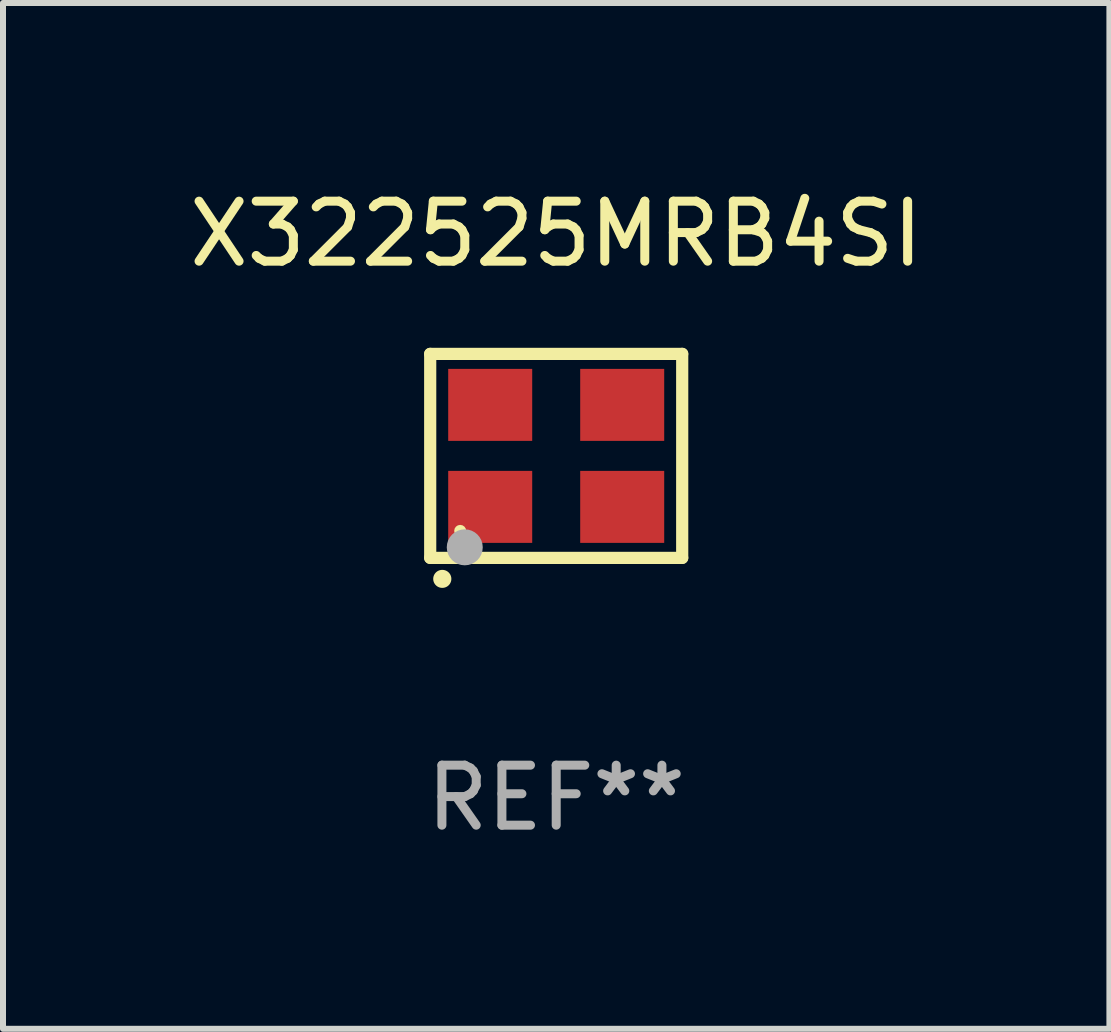
<source format=kicad_pcb>
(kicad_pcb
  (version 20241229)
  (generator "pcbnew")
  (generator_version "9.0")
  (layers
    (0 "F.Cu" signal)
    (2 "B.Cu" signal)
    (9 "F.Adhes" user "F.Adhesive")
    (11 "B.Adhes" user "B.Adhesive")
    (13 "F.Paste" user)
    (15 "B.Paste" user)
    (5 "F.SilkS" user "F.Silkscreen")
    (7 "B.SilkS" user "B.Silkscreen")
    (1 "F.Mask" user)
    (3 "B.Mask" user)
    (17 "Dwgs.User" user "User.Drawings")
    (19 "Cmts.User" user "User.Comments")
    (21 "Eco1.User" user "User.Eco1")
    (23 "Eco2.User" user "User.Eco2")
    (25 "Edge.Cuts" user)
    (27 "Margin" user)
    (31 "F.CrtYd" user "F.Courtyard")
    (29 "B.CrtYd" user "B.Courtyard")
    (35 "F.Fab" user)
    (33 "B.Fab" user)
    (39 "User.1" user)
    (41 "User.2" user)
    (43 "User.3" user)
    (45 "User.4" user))
  (footprint "X322525MRB4SI"
    (layer "F.Cu")
    (at 6.22 4.548)
    (property "Reference" "X322525MRB4SI" (at 0 -3.7 0) (layer "F.SilkS") (effects (font (size 1 1) (thickness 0.15))))
    (attr through_hole)
    (fp_line (start -2.1 -1.7) (end -2.1 1.7) (stroke (width 0.203) (type solid)) (layer "F.SilkS"))
    (fp_line (start -2.1 1.7) (end 2.1 1.7) (stroke (width 0.203) (type solid)) (layer "F.SilkS"))
    (fp_line (start 2.1 -1.7) (end -2.1 -1.7) (stroke (width 0.203) (type solid)) (layer "F.SilkS"))
    (fp_line (start 2.1 1.7) (end 2.1 -1.7) (stroke (width 0.203) (type solid)) (layer "F.SilkS"))
    (fp_arc (start -1.899924 2.049784) (mid -1.898654 2.049779) (end -1.897384 2.049784) (stroke (width 0.3) (type solid)) (layer "F.SilkS"))
    (fp_circle (center -1.6 1.25) (end -1.55 1.25) (stroke (width 0.1) (type solid)) (fill no) (layer "F.SilkS"))
    (fp_circle (center -1.524 1.524) (end -1.374 1.524) (stroke (width 0.3) (type solid)) (fill no) (layer "F.Fab"))
    (fp_text user "REF**" (at 0 5.7 0) (layer "F.Fab") (effects (font (size 1 1) (thickness 0.15))))
    (pad "1" smd rect (at -1.1 0.85) (size 1.4 1.2) (layers "F.Cu" "F.Mask" "F.Paste"))
    (pad "2" smd rect (at 1.1 0.85) (size 1.4 1.2) (layers "F.Cu" "F.Mask" "F.Paste"))
    (pad "3" smd rect (at 1.1 -0.85) (size 1.4 1.2) (layers "F.Cu" "F.Mask" "F.Paste"))
    (pad "4" smd rect (at -1.1 -0.85) (size 1.4 1.2) (layers "F.Cu" "F.Mask" "F.Paste")))
  (gr_rect
    (start -3 -3)
    (end 15.44 14.097)
    (stroke (width 0.1) (type default))
    (fill no)
    (layer "Edge.Cuts")))
</source>
